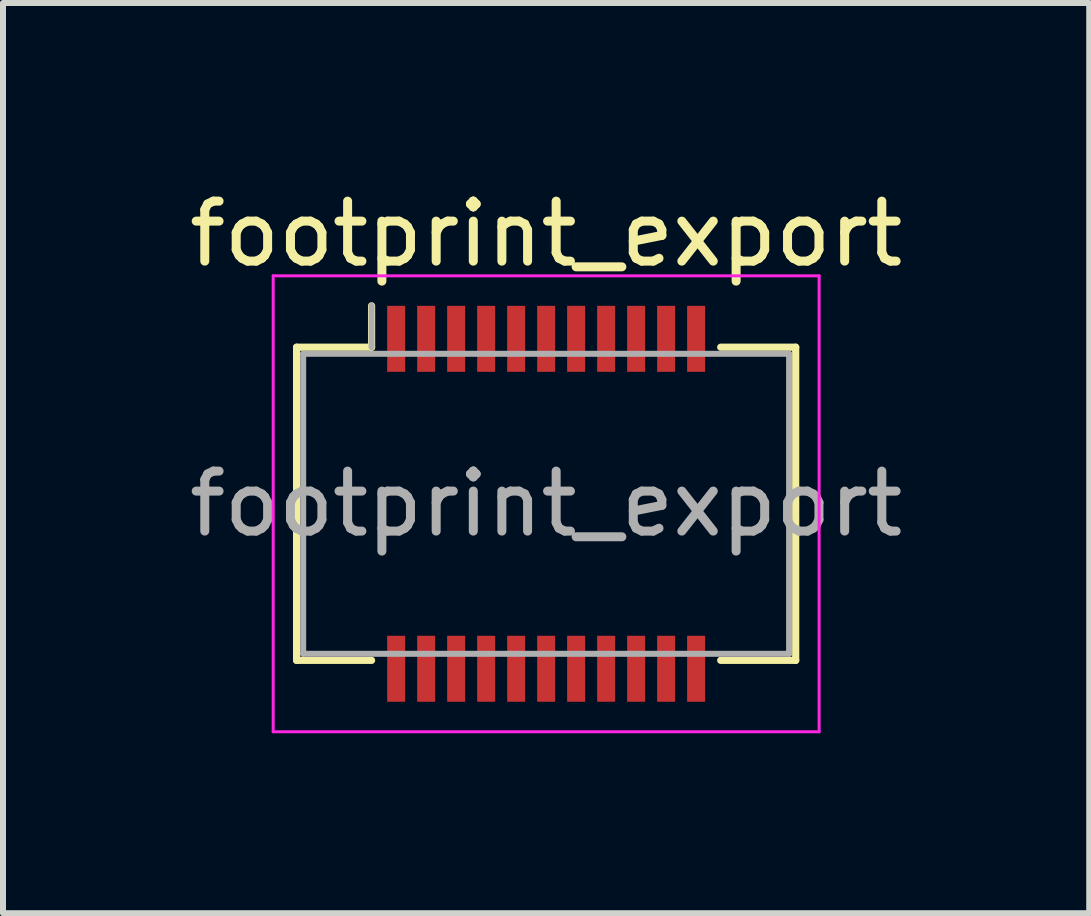
<source format=kicad_pcb>
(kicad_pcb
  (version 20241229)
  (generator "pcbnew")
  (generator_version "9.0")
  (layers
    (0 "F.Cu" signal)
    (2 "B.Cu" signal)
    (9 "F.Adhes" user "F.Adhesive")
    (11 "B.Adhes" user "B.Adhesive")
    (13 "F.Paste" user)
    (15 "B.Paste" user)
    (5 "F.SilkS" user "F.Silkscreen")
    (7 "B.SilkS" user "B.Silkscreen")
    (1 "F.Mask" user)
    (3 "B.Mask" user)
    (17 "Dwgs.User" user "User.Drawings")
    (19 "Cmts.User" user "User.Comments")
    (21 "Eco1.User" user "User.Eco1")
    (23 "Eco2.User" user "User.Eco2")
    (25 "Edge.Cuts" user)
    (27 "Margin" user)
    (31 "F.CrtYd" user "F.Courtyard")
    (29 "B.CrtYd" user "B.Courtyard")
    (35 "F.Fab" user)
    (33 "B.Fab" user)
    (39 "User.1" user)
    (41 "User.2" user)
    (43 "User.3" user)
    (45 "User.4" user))
  (footprint "footprint_export"
    (layer "F.Cu")
    (at 6.054 5.348)
    (property "Reference" "footprint_export" (at 0 -4.5 0) (layer "F.SilkS") (effects (font (size 1 1) (thickness 0.15))))
    (attr smd)
    (fp_line (start -4.16 -2.61) (end -2.91 -2.61) (stroke (width 0.12) (type solid)) (layer "F.SilkS"))
    (fp_line (start -4.16 2.61) (end -4.16 -2.61) (stroke (width 0.12) (type solid)) (layer "F.SilkS"))
    (fp_line (start -2.91 -2.61) (end -2.91 -3.3) (stroke (width 0.12) (type solid)) (layer "F.SilkS"))
    (fp_line (start -2.91 2.61) (end -4.16 2.61) (stroke (width 0.12) (type solid)) (layer "F.SilkS"))
    (fp_line (start 2.91 2.61) (end 4.16 2.61) (stroke (width 0.12) (type solid)) (layer "F.SilkS"))
    (fp_line (start 4.16 -2.61) (end 2.91 -2.61) (stroke (width 0.12) (type solid)) (layer "F.SilkS"))
    (fp_line (start 4.16 2.61) (end 4.16 -2.61) (stroke (width 0.12) (type solid)) (layer "F.SilkS"))
    (fp_line (start -4.55 -3.8) (end -4.55 3.8) (stroke (width 0.05) (type solid)) (layer "F.CrtYd"))
    (fp_line (start -4.55 3.8) (end 4.55 3.8) (stroke (width 0.05) (type solid)) (layer "F.CrtYd"))
    (fp_line (start 4.55 -3.8) (end -4.55 -3.8) (stroke (width 0.05) (type solid)) (layer "F.CrtYd"))
    (fp_line (start 4.55 3.8) (end 4.55 -3.8) (stroke (width 0.05) (type solid)) (layer "F.CrtYd"))
    (fp_line (start -4.05 -2.5) (end -4.05 2.5) (stroke (width 0.1) (type solid)) (layer "F.Fab"))
    (fp_line (start -4.05 2.5) (end 4.05 2.5) (stroke (width 0.1) (type solid)) (layer "F.Fab"))
    (fp_line (start -2.91 -2.61) (end -2.91 -3.3) (stroke (width 0.1) (type solid)) (layer "F.Fab"))
    (fp_line (start 4.05 -2.5) (end -4.05 -2.5) (stroke (width 0.1) (type solid)) (layer "F.Fab"))
    (fp_line (start 4.05 2.5) (end 4.05 -2.5) (stroke (width 0.1) (type solid)) (layer "F.Fab"))
    (fp_text user "${REFERENCE}" (at 0 0 0) (layer "F.Fab") (effects (font (size 1 1) (thickness 0.15))))
    (pad "1" smd rect (at -2.5 -2.75) (size 0.3 1.1) (layers "F.Cu" "F.Mask" "F.Paste"))
    (pad "2" smd rect (at -2.5 2.75) (size 0.3 1.1) (layers "F.Cu" "F.Mask" "F.Paste"))
    (pad "3" smd rect (at -2 -2.75) (size 0.3 1.1) (layers "F.Cu" "F.Mask" "F.Paste"))
    (pad "4" smd rect (at -2 2.75) (size 0.3 1.1) (layers "F.Cu" "F.Mask" "F.Paste"))
    (pad "5" smd rect (at -1.5 -2.75) (size 0.3 1.1) (layers "F.Cu" "F.Mask" "F.Paste"))
    (pad "6" smd rect (at -1.5 2.75) (size 0.3 1.1) (layers "F.Cu" "F.Mask" "F.Paste"))
    (pad "7" smd rect (at -1 -2.75) (size 0.3 1.1) (layers "F.Cu" "F.Mask" "F.Paste"))
    (pad "8" smd rect (at -1 2.75) (size 0.3 1.1) (layers "F.Cu" "F.Mask" "F.Paste"))
    (pad "9" smd rect (at -0.5 -2.75) (size 0.3 1.1) (layers "F.Cu" "F.Mask" "F.Paste"))
    (pad "10" smd rect (at -0.5 2.75) (size 0.3 1.1) (layers "F.Cu" "F.Mask" "F.Paste"))
    (pad "11" smd rect (at 0 -2.75) (size 0.3 1.1) (layers "F.Cu" "F.Mask" "F.Paste"))
    (pad "12" smd rect (at 0 2.75) (size 0.3 1.1) (layers "F.Cu" "F.Mask" "F.Paste"))
    (pad "13" smd rect (at 0.5 -2.75) (size 0.3 1.1) (layers "F.Cu" "F.Mask" "F.Paste"))
    (pad "14" smd rect (at 0.5 2.75) (size 0.3 1.1) (layers "F.Cu" "F.Mask" "F.Paste"))
    (pad "15" smd rect (at 1 -2.75) (size 0.3 1.1) (layers "F.Cu" "F.Mask" "F.Paste"))
    (pad "16" smd rect (at 1 2.75) (size 0.3 1.1) (layers "F.Cu" "F.Mask" "F.Paste"))
    (pad "17" smd rect (at 1.5 -2.75) (size 0.3 1.1) (layers "F.Cu" "F.Mask" "F.Paste"))
    (pad "18" smd rect (at 1.5 2.75) (size 0.3 1.1) (layers "F.Cu" "F.Mask" "F.Paste"))
    (pad "19" smd rect (at 2 -2.75) (size 0.3 1.1) (layers "F.Cu" "F.Mask" "F.Paste"))
    (pad "20" smd rect (at 2 2.75) (size 0.3 1.1) (layers "F.Cu" "F.Mask" "F.Paste"))
    (pad "21" smd rect (at 2.5 -2.75) (size 0.3 1.1) (layers "F.Cu" "F.Mask" "F.Paste"))
    (pad "22" smd rect (at 2.5 2.75) (size 0.3 1.1) (layers "F.Cu" "F.Mask" "F.Paste")))
  (gr_rect
    (start -3 -3)
    (end 15.107 12.173)
    (stroke (width 0.1) (type default))
    (fill no)
    (layer "Edge.Cuts")))
</source>
